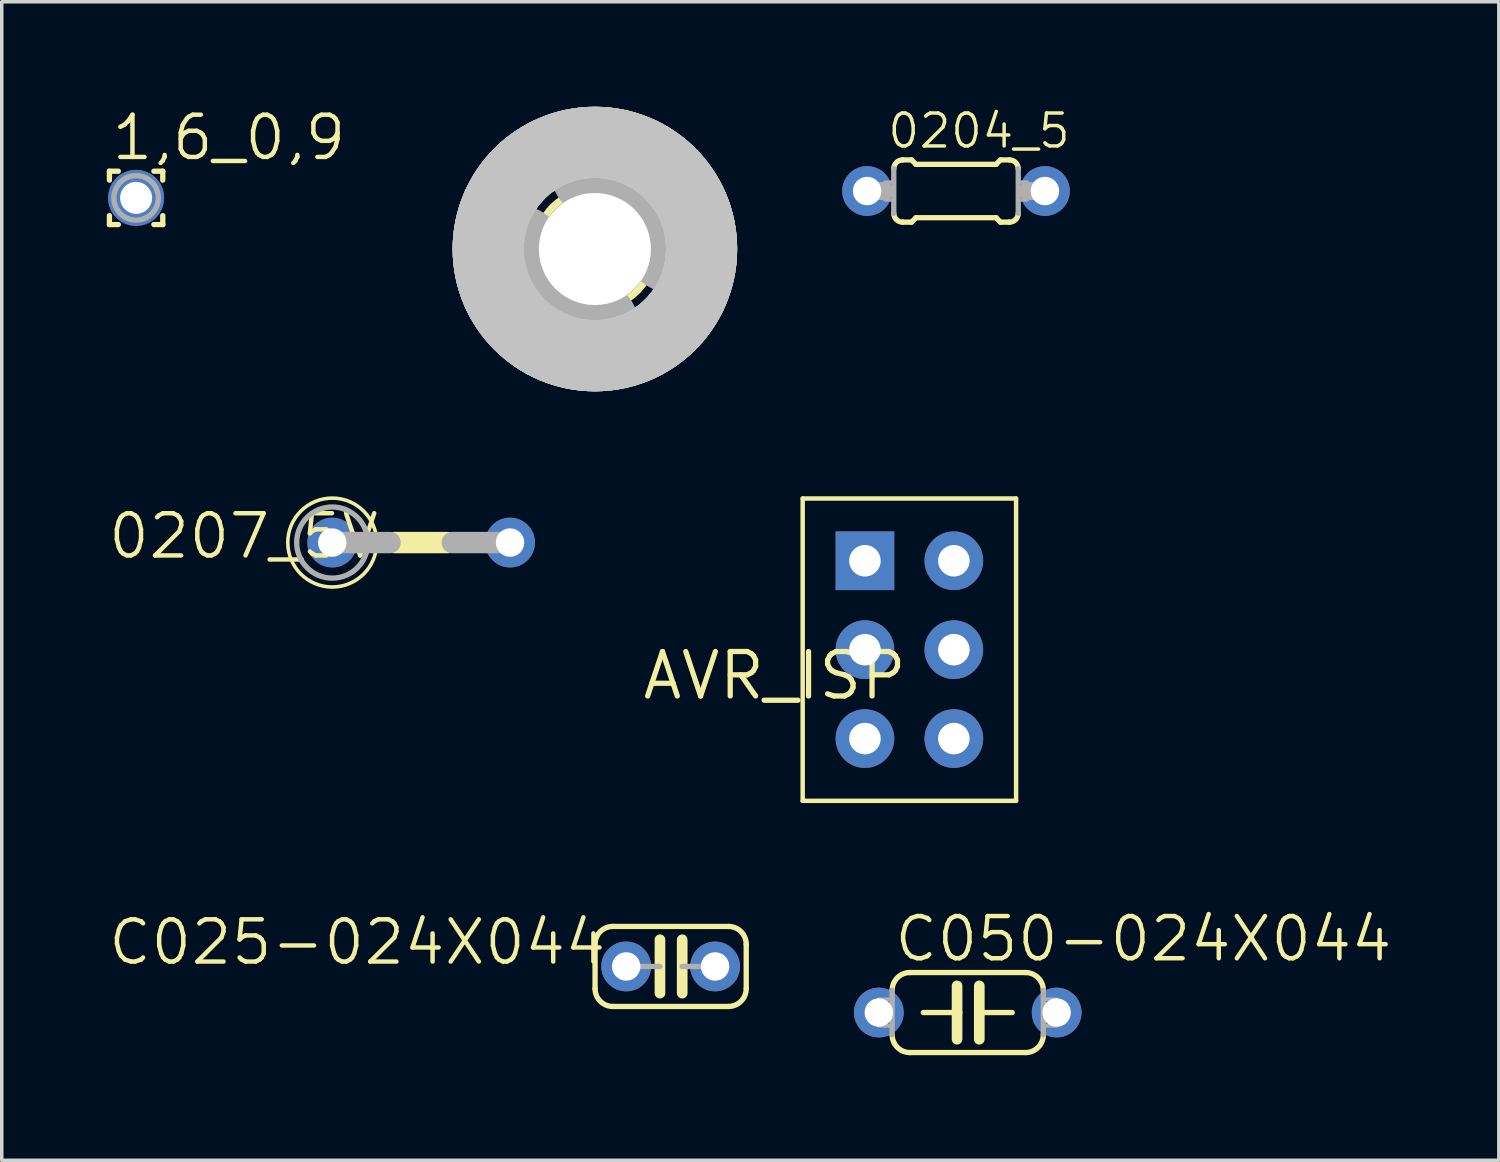
<source format=kicad_pcb>
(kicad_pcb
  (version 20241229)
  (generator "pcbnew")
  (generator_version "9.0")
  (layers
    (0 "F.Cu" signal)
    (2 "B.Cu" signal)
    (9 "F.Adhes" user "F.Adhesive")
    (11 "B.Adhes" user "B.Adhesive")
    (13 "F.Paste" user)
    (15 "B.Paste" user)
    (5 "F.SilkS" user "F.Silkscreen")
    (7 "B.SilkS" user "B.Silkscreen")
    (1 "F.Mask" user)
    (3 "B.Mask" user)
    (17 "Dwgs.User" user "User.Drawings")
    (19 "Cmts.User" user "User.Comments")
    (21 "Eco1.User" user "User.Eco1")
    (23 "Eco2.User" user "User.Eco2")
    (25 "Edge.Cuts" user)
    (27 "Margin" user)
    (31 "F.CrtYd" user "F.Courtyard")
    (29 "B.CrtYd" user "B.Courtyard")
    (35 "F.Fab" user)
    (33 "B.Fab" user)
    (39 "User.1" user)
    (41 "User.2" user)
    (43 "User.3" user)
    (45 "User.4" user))
  (footprint "0204_5"
    (layer "F.Cu")
    (at 24.26 2.407)
    (property "Reference" "0204_5" (at -2.007 -1.168 0) (layer "F.SilkS") (effects (font (size 0.941 0.941) (thickness 0.099)) (justify left bottom)))
    (attr through_hole)
    (fp_line (start -1.524 -0.889) (end -1.27 -0.889) (stroke (width 0.152) (type solid)) (layer "F.SilkS"))
    (fp_line (start -1.524 0.889) (end -1.27 0.889) (stroke (width 0.152) (type solid)) (layer "F.SilkS"))
    (fp_line (start -1.143 -0.762) (end -1.27 -0.889) (stroke (width 0.152) (type solid)) (layer "F.SilkS"))
    (fp_line (start -1.143 0.762) (end -1.27 0.889) (stroke (width 0.152) (type solid)) (layer "F.SilkS"))
    (fp_line (start 1.143 -0.762) (end -1.143 -0.762) (stroke (width 0.152) (type solid)) (layer "F.SilkS"))
    (fp_line (start 1.143 -0.762) (end 1.27 -0.889) (stroke (width 0.152) (type solid)) (layer "F.SilkS"))
    (fp_line (start 1.143 0.762) (end -1.143 0.762) (stroke (width 0.152) (type solid)) (layer "F.SilkS"))
    (fp_line (start 1.143 0.762) (end 1.27 0.889) (stroke (width 0.152) (type solid)) (layer "F.SilkS"))
    (fp_line (start 1.524 -0.889) (end 1.27 -0.889) (stroke (width 0.152) (type solid)) (layer "F.SilkS"))
    (fp_line (start 1.524 0.889) (end 1.27 0.889) (stroke (width 0.152) (type solid)) (layer "F.SilkS"))
    (fp_arc (start -1.778 -0.635) (mid -1.703605 -0.814605) (end -1.524 -0.889) (stroke (width 0.1524) (type solid)) (layer "F.SilkS"))
    (fp_arc (start -1.524 0.889) (mid -1.703605 0.814605) (end -1.778 0.635) (stroke (width 0.1524) (type solid)) (layer "F.SilkS"))
    (fp_arc (start 1.524 -0.889) (mid 1.703605 -0.814605) (end 1.778 -0.635) (stroke (width 0.1524) (type solid)) (layer "F.SilkS"))
    (fp_arc (start 1.778 0.635) (mid 1.703605 0.814605) (end 1.524 0.889) (stroke (width 0.1524) (type solid)) (layer "F.SilkS"))
    (fp_line (start -2.54 0) (end -2.032 0) (stroke (width 0.508) (type solid)) (layer "F.Fab"))
    (fp_line (start -1.778 0.635) (end -1.778 -0.635) (stroke (width 0.152) (type solid)) (layer "F.Fab"))
    (fp_line (start 1.778 0.635) (end 1.778 -0.635) (stroke (width 0.152) (type solid)) (layer "F.Fab"))
    (fp_line (start 2.54 0) (end 2.032 0) (stroke (width 0.508) (type solid)) (layer "F.Fab"))
    (fp_poly (pts (xy -2.032 0.254) (xy -1.778 0.254) (xy -1.778 -0.254) (xy -2.032 -0.254)) (stroke (width 0.1) (type solid)) (fill no) (layer "F.Fab"))
    (fp_poly (pts (xy 1.778 0.254) (xy 2.032 0.254) (xy 2.032 -0.254) (xy 1.778 -0.254)) (stroke (width 0.1) (type solid)) (fill no) (layer "F.Fab"))
    (pad "1" thru_hole circle (at -2.54 0) (size 1.422 1.422) (drill 0.813) (layers "*.Cu" "*.Mask"))
    (pad "2" thru_hole circle (at 2.54 0) (size 1.422 1.422) (drill 0.813) (layers "*.Cu" "*.Mask")))
  (footprint "0207_5V"
    (layer "F.Cu")
    (at 8.981 12.449)
    (property "Reference" "0207_5V" (at -1.143 -0.889 0) (layer "F.SilkS") (effects (font (size 1.206 1.206) (thickness 0.127)) (justify right top)))
    (attr through_hole)
    (fp_line (start -0.762 0) (end 0.762 0) (stroke (width 0.61) (type solid)) (layer "F.SilkS"))
    (fp_circle (center -2.54 0) (end -1.27 0) (stroke (width 0.102) (type solid)) (fill no) (layer "F.SilkS"))
    (fp_line (start -2.54 0) (end -0.889 0) (stroke (width 0.61) (type solid)) (layer "F.Fab"))
    (fp_line (start 0.889 0) (end 2.54 0) (stroke (width 0.61) (type solid)) (layer "F.Fab"))
    (fp_circle (center -2.54 0) (end -1.524 0) (stroke (width 0.152) (type solid)) (fill no) (layer "F.Fab"))
    (pad "1" thru_hole circle (at -2.54 0) (size 1.422 1.422) (drill 0.813) (layers "*.Cu" "*.Mask"))
    (pad "2" thru_hole circle (at 2.54 0) (size 1.422 1.422) (drill 0.813) (layers "*.Cu" "*.Mask")))
  (footprint "3,2"
    (layer "F.Cu")
    (at 13.944 4.064)
    (property "Reference" "3,2" (at 0 0 0) (layer "F.SilkS") (effects (font (size 1.27 1.27) (thickness 0.15))))
    (attr through_hole)
    (fp_circle (center 0 0) (end 1.7 0) (stroke (width 0.203) (type solid)) (fill no) (layer "F.SilkS"))
    (fp_circle (center 0 0) (end 3.429 0) (stroke (width 0.152) (type solid)) (fill no) (layer "F.SilkS"))
    (fp_circle (center 0 0) (end 3.048 0) (stroke (width 2.032) (type solid)) (fill no) (layer "Dwgs.User"))
    (fp_circle (center 0 0) (end 3.048 0) (stroke (width 2.032) (type solid)) (fill no) (layer "Dwgs.User"))
    (fp_circle (center 0 0) (end 3.048 0) (stroke (width 2.032) (type solid)) (fill no) (layer "Dwgs.User"))
    (fp_circle (center 0 0) (end 3.048 0) (stroke (width 2.032) (type solid)) (fill no) (layer "Dwgs.User"))
    (fp_circle (center 0 0) (end 3.048 0) (stroke (width 2.032) (type solid)) (fill no) (layer "Dwgs.User"))
    (fp_arc (start 0 -2.159) (mid 1.526644 -1.526644) (end 2.159 0) (stroke (width 2.4892) (type solid)) (layer "F.Fab"))
    (fp_arc (start 0 2.159) (mid -1.526644 1.526644) (end -2.159 0) (stroke (width 2.4892) (type solid)) (layer "F.Fab"))
    (fp_circle (center 0 0) (end 0.762 0) (stroke (width 0.457) (type solid)) (fill no) (layer "F.Fab"))
    (pad "" np_thru_hole circle (at 0 0) (size 3.2 3.2) (drill 3.2) (layers "*.Cu" "*.Mask")))
  (footprint "C050-024X044"
    (layer "F.Cu")
    (at 24.595 25.875)
    (property "Reference" "C050-024X044" (at -2.159 -1.397 0) (layer "F.SilkS") (effects (font (size 1.206 1.206) (thickness 0.127)) (justify left bottom)))
    (attr through_hole)
    (fp_line (start -1.27 0) (end -0.305 0) (stroke (width 0.152) (type solid)) (layer "F.SilkS"))
    (fp_line (start -0.305 -0.762) (end -0.305 0) (stroke (width 0.305) (type solid)) (layer "F.SilkS"))
    (fp_line (start -0.305 0) (end -0.305 0.762) (stroke (width 0.305) (type solid)) (layer "F.SilkS"))
    (fp_line (start 0.33 -0.762) (end 0.33 0) (stroke (width 0.305) (type solid)) (layer "F.SilkS"))
    (fp_line (start 0.33 0) (end 0.33 0.762) (stroke (width 0.305) (type solid)) (layer "F.SilkS"))
    (fp_line (start 1.27 0) (end 0.33 0) (stroke (width 0.152) (type solid)) (layer "F.SilkS"))
    (fp_line (start 1.651 -1.143) (end -1.651 -1.143) (stroke (width 0.152) (type solid)) (layer "F.SilkS"))
    (fp_line (start 1.651 1.143) (end -1.651 1.143) (stroke (width 0.152) (type solid)) (layer "F.SilkS"))
    (fp_arc (start -2.159 -0.635) (mid -2.01021 -0.99421) (end -1.651 -1.143) (stroke (width 0.1524) (type solid)) (layer "F.SilkS"))
    (fp_arc (start -1.651 1.143) (mid -2.01021 0.99421) (end -2.159 0.635) (stroke (width 0.1524) (type solid)) (layer "F.SilkS"))
    (fp_arc (start 1.651 -1.143) (mid 2.01021 -0.99421) (end 2.159 -0.635) (stroke (width 0.1524) (type solid)) (layer "F.SilkS"))
    (fp_arc (start 2.159 0.635) (mid 2.01021 0.99421) (end 1.651 1.143) (stroke (width 0.1524) (type solid)) (layer "F.SilkS"))
    (fp_line (start -2.159 0.635) (end -2.159 -0.635) (stroke (width 0.152) (type solid)) (layer "F.Fab"))
    (fp_line (start 2.159 0.635) (end 2.159 -0.635) (stroke (width 0.152) (type solid)) (layer "F.Fab"))
    (fp_poly (pts (xy -2.54 0.381) (xy -2.159 0.381) (xy -2.159 -0.381) (xy -2.54 -0.381)) (stroke (width 0.1) (type solid)) (fill no) (layer "F.Fab"))
    (fp_poly (pts (xy 2.159 0.381) (xy 2.54 0.381) (xy 2.54 -0.381) (xy 2.159 -0.381)) (stroke (width 0.1) (type solid)) (fill no) (layer "F.Fab"))
    (pad "1" thru_hole circle (at -2.54 0) (size 1.422 1.422) (drill 0.813) (layers "*.Cu" "*.Mask"))
    (pad "2" thru_hole circle (at 2.54 0) (size 1.422 1.422) (drill 0.813) (layers "*.Cu" "*.Mask")))
  (footprint "AVR_ISP"
    (layer "F.Cu")
    (at 22.928 15.509)
    (property "Reference" "AVR_ISP" (at 0 0 0) (layer "F.SilkS") (effects (font (size 1.27 1.27) (thickness 0.15)) (justify right top)))
    (attr through_hole)
    (fp_line (start -3.048 -4.318) (end 3.048 -4.318) (stroke (width 0.127) (type solid)) (layer "F.SilkS"))
    (fp_line (start -3.048 4.318) (end -3.048 -4.318) (stroke (width 0.127) (type solid)) (layer "F.SilkS"))
    (fp_line (start 3.048 -4.318) (end 3.048 4.318) (stroke (width 0.127) (type solid)) (layer "F.SilkS"))
    (fp_line (start 3.048 4.318) (end -3.048 4.318) (stroke (width 0.127) (type solid)) (layer "F.SilkS"))
    (pad "GND" thru_hole circle (at 1.27 2.54) (size 1.676 1.676) (drill 0.9) (layers "*.Cu" "*.Mask"))
    (pad "MISO" thru_hole rect (at -1.27 -2.54) (size 1.676 1.676) (drill 0.9) (layers "*.Cu" "*.Mask"))
    (pad "MOSI" thru_hole circle (at 1.27 0) (size 1.676 1.676) (drill 0.9) (layers "*.Cu" "*.Mask"))
    (pad "RST" thru_hole circle (at -1.27 2.54) (size 1.676 1.676) (drill 0.9) (layers "*.Cu" "*.Mask"))
    (pad "SCK" thru_hole circle (at -1.27 0) (size 1.676 1.676) (drill 0.9) (layers "*.Cu" "*.Mask"))
    (pad "VCC" thru_hole circle (at 1.27 -2.54) (size 1.676 1.676) (drill 0.9) (layers "*.Cu" "*.Mask")))
  (footprint "1,6_0,9"
    (layer "F.Cu")
    (at 0.838 2.603)
    (property "Reference" "1,6_0,9" (at -0.762 -1.016 0) (layer "F.SilkS") (effects (font (size 1.206 1.206) (thickness 0.127)) (justify left bottom)))
    (attr through_hole)
    (fp_line (start -0.762 -0.762) (end -0.762 -0.508) (stroke (width 0.152) (type solid)) (layer "F.SilkS"))
    (fp_line (start -0.762 0.508) (end -0.762 0.762) (stroke (width 0.152) (type solid)) (layer "F.SilkS"))
    (fp_line (start -0.762 0.762) (end -0.508 0.762) (stroke (width 0.152) (type solid)) (layer "F.SilkS"))
    (fp_line (start -0.508 -0.762) (end -0.762 -0.762) (stroke (width 0.152) (type solid)) (layer "F.SilkS"))
    (fp_line (start 0.508 0.762) (end 0.762 0.762) (stroke (width 0.152) (type solid)) (layer "F.SilkS"))
    (fp_line (start 0.762 -0.762) (end 0.508 -0.762) (stroke (width 0.152) (type solid)) (layer "F.SilkS"))
    (fp_line (start 0.762 -0.508) (end 0.762 -0.762) (stroke (width 0.152) (type solid)) (layer "F.SilkS"))
    (fp_line (start 0.762 0.762) (end 0.762 0.508) (stroke (width 0.152) (type solid)) (layer "F.SilkS"))
    (fp_circle (center 0 0) (end 0.635 0) (stroke (width 0.152) (type solid)) (fill no) (layer "F.Fab"))
    (pad "1" thru_hole circle (at 0 0) (size 1.6 1.6) (drill 0.914) (layers "*.Cu" "*.Mask")))
  (footprint "C025-024X044"
    (layer "F.Cu")
    (at 16.108 24.558)
    (property "Reference" "C025-024X044" (at -1.778 -1.397 0) (layer "F.SilkS") (effects (font (size 1.206 1.206) (thickness 0.127)) (justify right top)))
    (attr through_hole)
    (fp_line (start -2.159 0.635) (end -2.159 -0.635) (stroke (width 0.152) (type solid)) (layer "F.SilkS"))
    (fp_line (start -0.305 -0.762) (end -0.305 0.762) (stroke (width 0.305) (type solid)) (layer "F.SilkS"))
    (fp_line (start 0.33 -0.762) (end 0.33 0.762) (stroke (width 0.305) (type solid)) (layer "F.SilkS"))
    (fp_line (start 1.651 -1.143) (end -1.651 -1.143) (stroke (width 0.152) (type solid)) (layer "F.SilkS"))
    (fp_line (start 1.651 1.143) (end -1.651 1.143) (stroke (width 0.152) (type solid)) (layer "F.SilkS"))
    (fp_line (start 2.159 0.635) (end 2.159 -0.635) (stroke (width 0.152) (type solid)) (layer "F.SilkS"))
    (fp_arc (start -2.159 -0.635) (mid -2.01021 -0.99421) (end -1.651 -1.143) (stroke (width 0.1524) (type solid)) (layer "F.SilkS"))
    (fp_arc (start -1.651 1.143) (mid -2.01021 0.99421) (end -2.159 0.635) (stroke (width 0.1524) (type solid)) (layer "F.SilkS"))
    (fp_arc (start 1.651 -1.143) (mid 2.01021 -0.99421) (end 2.159 -0.635) (stroke (width 0.1524) (type solid)) (layer "F.SilkS"))
    (fp_arc (start 2.159 0.635) (mid 2.01021 0.99421) (end 1.651 1.143) (stroke (width 0.1524) (type solid)) (layer "F.SilkS"))
    (fp_line (start -1.27 0) (end -0.305 0) (stroke (width 0.152) (type solid)) (layer "F.Fab"))
    (fp_line (start 1.27 0) (end 0.33 0) (stroke (width 0.152) (type solid)) (layer "F.Fab"))
    (pad "1" thru_hole circle (at -1.27 0) (size 1.422 1.422) (drill 0.813) (layers "*.Cu" "*.Mask"))
    (pad "2" thru_hole circle (at 1.27 0) (size 1.422 1.422) (drill 0.813) (layers "*.Cu" "*.Mask")))
  (gr_rect
    (start -3 -3)
    (end 39.766 30.095)
    (stroke (width 0.1) (type default))
    (fill no)
    (layer "Edge.Cuts")))
</source>
